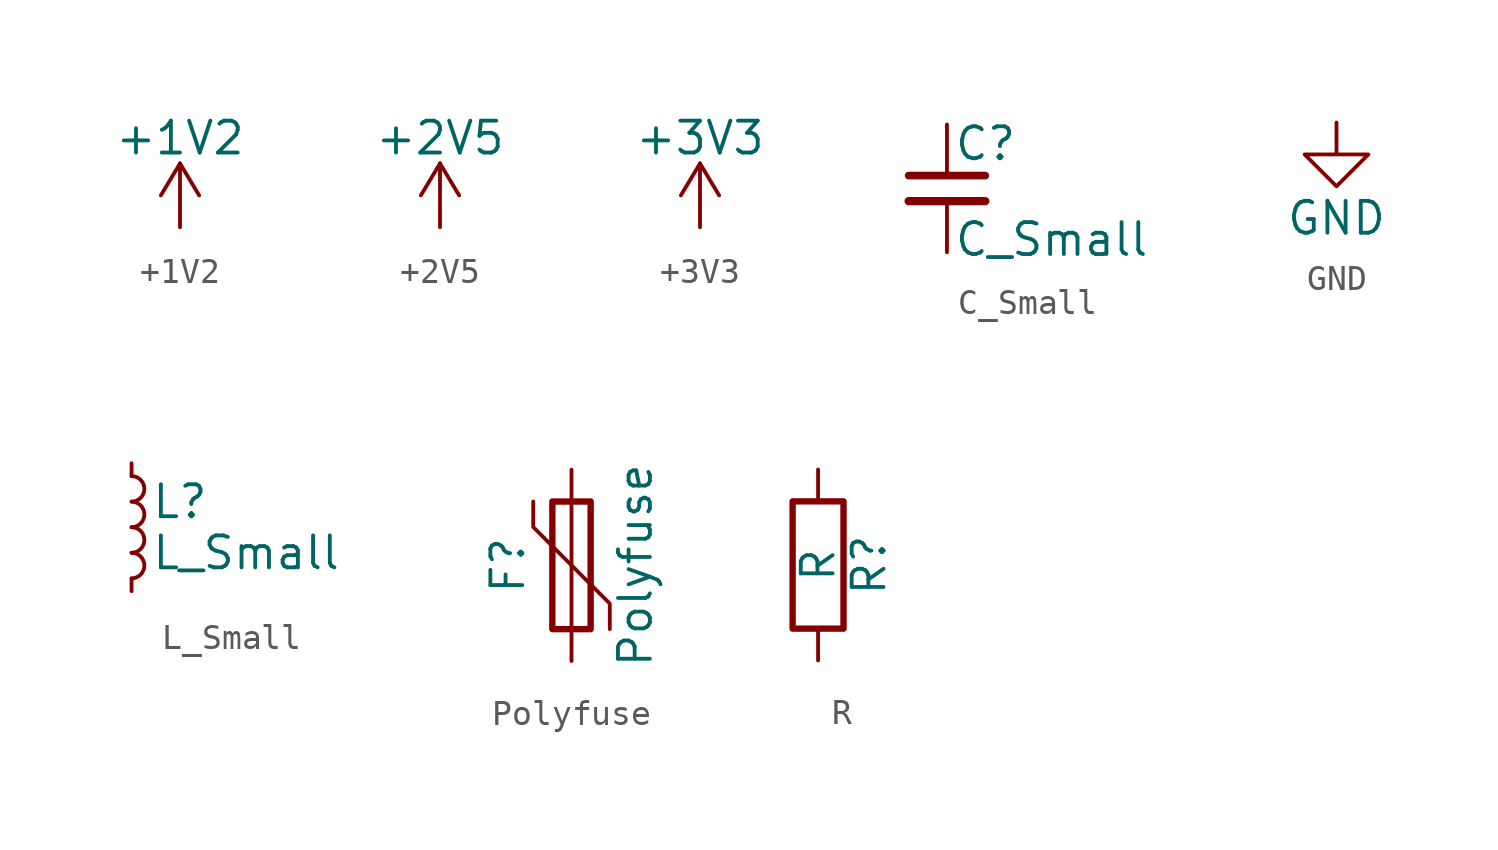
<source format=kicad_sym>
(kicad_symbol_lib
  (version 20210619)
  (generator kicad_symbol_editor)
  (symbol "hermeslite:+1V2"
    (power)
    (pin_names
      (offset 0))
    (property "Reference" "#PWR"
      (at 0 -3.81 0)
      (effects (font (size 1.27 1.27)) hide))
    (property "Value" "+1V2"
      (at 0 3.556 0)
      (effects (font (size 1.27 1.27))))
    (symbol "+1V2_0_1"
      (polyline (pts (xy -0.762 1.27) (xy 0 2.54)) (stroke (width 0)) (fill (type none)))
      (polyline (pts (xy 0 0) (xy 0 2.54)) (stroke (width 0)) (fill (type none)))
      (polyline (pts (xy 0 2.54) (xy 0.762 1.27)) (stroke (width 0)) (fill (type none))))
    (symbol "+1V2_1_1"
      (pin power_in line (at 0 0 90) (length 0) hide (name "+1V2" (effects (font (size 1.27 1.27)))) (number "1" (effects (font (size 1.27 1.27)))))))
  (symbol "hermeslite:+2V5"
    (power)
    (pin_names
      (offset 0))
    (property "Reference" "#PWR"
      (at 0 -3.81 0)
      (effects (font (size 1.27 1.27)) hide))
    (property "Value" "+2V5"
      (at 0 3.556 0)
      (effects (font (size 1.27 1.27))))
    (symbol "+2V5_0_1"
      (polyline (pts (xy -0.762 1.27) (xy 0 2.54)) (stroke (width 0)) (fill (type none)))
      (polyline (pts (xy 0 0) (xy 0 2.54)) (stroke (width 0)) (fill (type none)))
      (polyline (pts (xy 0 2.54) (xy 0.762 1.27)) (stroke (width 0)) (fill (type none))))
    (symbol "+2V5_1_1"
      (pin power_in line (at 0 0 90) (length 0) hide (name "+2V5" (effects (font (size 1.27 1.27)))) (number "1" (effects (font (size 1.27 1.27)))))))
  (symbol "hermeslite:+3V3"
    (power)
    (pin_names
      (offset 0))
    (property "Reference" "#PWR"
      (at 0 -3.81 0)
      (effects (font (size 1.27 1.27)) hide))
    (property "Value" "+3V3"
      (at 0 3.556 0)
      (effects (font (size 1.27 1.27))))
    (symbol "+3V3_0_1"
      (polyline (pts (xy -0.762 1.27) (xy 0 2.54)) (stroke (width 0)) (fill (type none)))
      (polyline (pts (xy 0 0) (xy 0 2.54)) (stroke (width 0)) (fill (type none)))
      (polyline (pts (xy 0 2.54) (xy 0.762 1.27)) (stroke (width 0)) (fill (type none))))
    (symbol "+3V3_1_1"
      (pin power_in line (at 0 0 90) (length 0) hide (name "+3V3" (effects (font (size 1.27 1.27)))) (number "1" (effects (font (size 1.27 1.27)))))))
  (symbol "hermeslite:C_Small"
    (pin_numbers hide)
    (pin_names
      (offset 0.254) hide)
    (property "Reference" "C"
      (at 0.254 1.778 0)
      (effects (font (size 1.27 1.27)) (justify left)))
    (property "Value" "C_Small"
      (at 0.254 -2.032 0)
      (effects (font (size 1.27 1.27)) (justify left)))
    (symbol "C_Small_0_1"
      (polyline (pts (xy -1.524 -0.508) (xy 1.524 -0.508)) (stroke (width 0.33)) (fill (type none)))
      (polyline (pts (xy -1.524 0.508) (xy 1.524 0.508)) (stroke (width 0.305)) (fill (type none))))
    (symbol "C_Small_1_1"
      (pin passive line (at 0 2.54 270) (length 2.032) (name "~" (effects (font (size 1.27 1.27)))) (number "1" (effects (font (size 1.27 1.27)))))
      (pin passive line (at 0 -2.54 90) (length 2.032) (name "~" (effects (font (size 1.27 1.27)))) (number "2" (effects (font (size 1.27 1.27)))))))
  (symbol "hermeslite:GND"
    (power)
    (pin_names
      (offset 0))
    (property "Reference" "#PWR"
      (at 0 -6.35 0)
      (effects (font (size 1.27 1.27)) hide))
    (property "Value" "GND"
      (at 0 -3.81 0)
      (effects (font (size 1.27 1.27))))
    (symbol "GND_0_1"
      (polyline (pts (xy 0 0) (xy 0 -1.27) (xy 1.27 -1.27) (xy 0 -2.54) (xy -1.27 -1.27) (xy 0 -1.27)) (stroke (width 0)) (fill (type none))))
    (symbol "GND_1_1"
      (pin power_in line (at 0 0 270) (length 0) hide (name "GND" (effects (font (size 1.27 1.27)))) (number "1" (effects (font (size 1.27 1.27)))))))
  (symbol "hermeslite:L_Small"
    (pin_numbers hide)
    (pin_names
      (offset 0.254) hide)
    (property "Reference" "L"
      (at 0.762 1.016 0)
      (effects (font (size 1.27 1.27)) (justify left)))
    (property "Value" "L_Small"
      (at 0.762 -1.016 0)
      (effects (font (size 1.27 1.27)) (justify left)))
    (symbol "L_Small_0_1"
      (arc (start 0 -2.032) (end 0 -1.016) (radius (at 0 -1.524) (length 0.508) (angles -89.9 89.9)) (stroke (width 0)) (fill (type none)))
      (arc (start 0 -1.016) (end 0 0) (radius (at 0 -0.508) (length 0.508) (angles -89.9 89.9)) (stroke (width 0)) (fill (type none)))
      (arc (start 0 0) (end 0 1.016) (radius (at 0 0.508) (length 0.508) (angles -89.9 89.9)) (stroke (width 0)) (fill (type none)))
      (arc (start 0 1.016) (end 0 2.032) (radius (at 0 1.524) (length 0.508) (angles -89.9 89.9)) (stroke (width 0)) (fill (type none))))
    (symbol "L_Small_1_1"
      (pin passive line (at 0 2.54 270) (length 0.508) (name "~" (effects (font (size 1.27 1.27)))) (number "1" (effects (font (size 1.27 1.27)))))
      (pin passive line (at 0 -2.54 90) (length 0.508) (name "~" (effects (font (size 1.27 1.27)))) (number "2" (effects (font (size 1.27 1.27)))))))
  (symbol "hermeslite:Polyfuse"
    (pin_numbers hide)
    (pin_names
      (offset 0))
    (property "Reference" "F"
      (at -2.54 0 90)
      (effects (font (size 1.27 1.27))))
    (property "Value" "Polyfuse"
      (at 2.54 0 90)
      (effects (font (size 1.27 1.27))))
    (symbol "Polyfuse_0_1"
      (rectangle (start -0.762 2.54) (end 0.762 -2.54) (stroke (width 0.254)) (fill (type none)))
      (polyline (pts (xy 0 2.54) (xy 0 -2.54)) (stroke (width 0)) (fill (type none)))
      (polyline (pts (xy -1.524 2.54) (xy -1.524 1.524) (xy 1.524 -1.524) (xy 1.524 -2.54)) (stroke (width 0)) (fill (type none))))
    (symbol "Polyfuse_1_1"
      (pin passive line (at 0 3.81 270) (length 1.27) (name "~" (effects (font (size 1.27 1.27)))) (number "1" (effects (font (size 1.27 1.27)))))
      (pin passive line (at 0 -3.81 90) (length 1.27) (name "~" (effects (font (size 1.27 1.27)))) (number "2" (effects (font (size 1.27 1.27)))))))
  (symbol "hermeslite:R"
    (pin_numbers hide)
    (pin_names
      (offset 0))
    (property "Reference" "R"
      (at 2.032 0 90)
      (effects (font (size 1.27 1.27))))
    (property "Value" "R"
      (at 0 0 90)
      (effects (font (size 1.27 1.27))))
    (symbol "R_0_1"
      (rectangle (start -1.016 -2.54) (end 1.016 2.54) (stroke (width 0.254)) (fill (type none))))
    (symbol "R_1_1"
      (pin passive line (at 0 3.81 270) (length 1.27) (name "~" (effects (font (size 1.27 1.27)))) (number "1" (effects (font (size 1.27 1.27)))))
      (pin passive line (at 0 -3.81 90) (length 1.27) (name "~" (effects (font (size 1.27 1.27)))) (number "2" (effects (font (size 1.27 1.27))))))))
</source>
